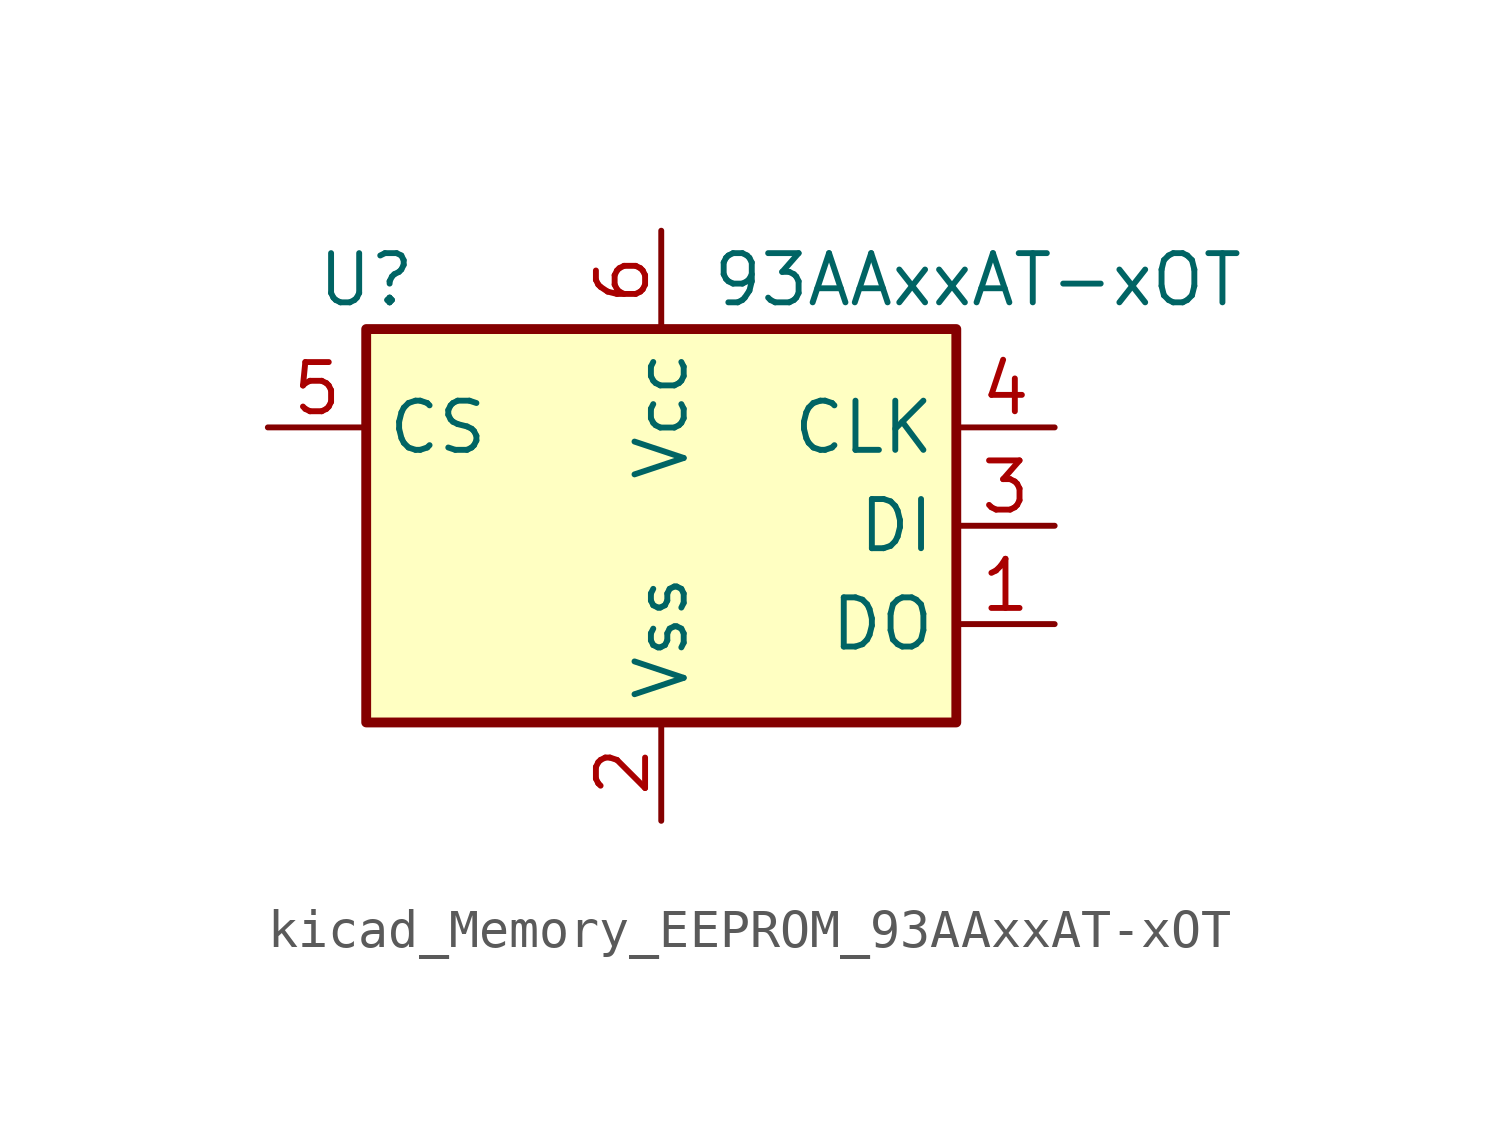
<source format=kicad_sym>
(kicad_symbol_lib
  (version 20220914)
  (generator kicad_symbol_editor)
  (symbol "kicad_Memory_EEPROM_93AAxxAT-xOT"
    (property "Reference" "U"
      (at -7.62 6.35 0)
      (effects (font (size 1.27 1.27))))
    (property "Value" "93AAxxAT-xOT"
      (at 1.27 6.35 0)
      (effects (font (size 1.27 1.27)) (justify left)))
    (symbol "kicad_Memory_EEPROM_93AAxxAT-xOT_1_1"
      (rectangle (start -7.62 5.08) (end 7.62 -5.08) (stroke (width 0.254) (type default)) (fill (type background)))
      (pin tri_state line (at 10.16 -2.54 180) (length 2.54) (name "DO" (effects (font (size 1.27 1.27)))) (number "1" (effects (font (size 1.27 1.27)))))
      (pin power_in line (at 0 -7.62 90) (length 2.54) (name "Vss" (effects (font (size 1.27 1.27)))) (number "2" (effects (font (size 1.27 1.27)))))
      (pin input line (at 10.16 0 180) (length 2.54) (name "DI" (effects (font (size 1.27 1.27)))) (number "3" (effects (font (size 1.27 1.27)))))
      (pin input line (at 10.16 2.54 180) (length 2.54) (name "CLK" (effects (font (size 1.27 1.27)))) (number "4" (effects (font (size 1.27 1.27)))))
      (pin input line (at -10.16 2.54 0) (length 2.54) (name "CS" (effects (font (size 1.27 1.27)))) (number "5" (effects (font (size 1.27 1.27)))))
      (pin power_in line (at 0 7.62 270) (length 2.54) (name "Vcc" (effects (font (size 1.27 1.27)))) (number "6" (effects (font (size 1.27 1.27))))))))
</source>
